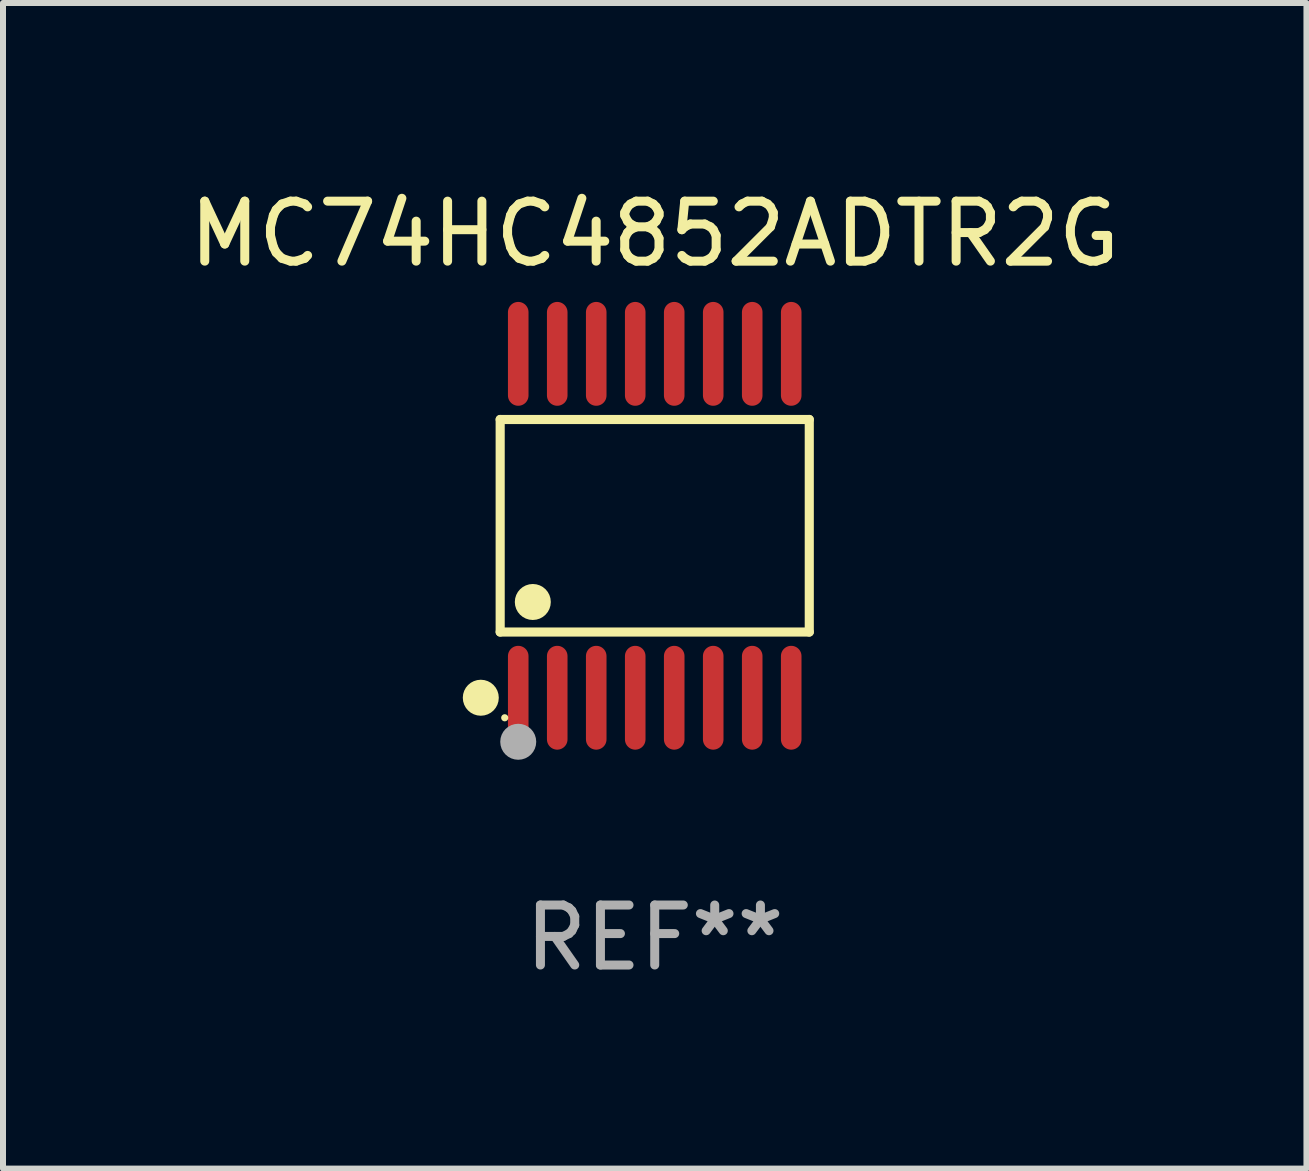
<source format=kicad_pcb>
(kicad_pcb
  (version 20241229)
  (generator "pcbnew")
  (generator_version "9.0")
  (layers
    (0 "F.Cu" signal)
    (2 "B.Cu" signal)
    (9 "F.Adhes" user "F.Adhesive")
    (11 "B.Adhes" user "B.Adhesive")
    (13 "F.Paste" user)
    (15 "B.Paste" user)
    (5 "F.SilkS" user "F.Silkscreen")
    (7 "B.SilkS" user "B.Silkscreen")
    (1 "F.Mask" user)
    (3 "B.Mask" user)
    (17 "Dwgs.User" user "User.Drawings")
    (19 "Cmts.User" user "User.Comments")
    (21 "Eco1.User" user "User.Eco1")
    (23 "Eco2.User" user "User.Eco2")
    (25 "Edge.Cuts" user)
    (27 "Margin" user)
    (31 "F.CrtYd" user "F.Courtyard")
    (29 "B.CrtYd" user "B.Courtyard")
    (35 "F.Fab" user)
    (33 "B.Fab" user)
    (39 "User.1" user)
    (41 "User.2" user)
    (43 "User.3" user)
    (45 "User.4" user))
  (footprint "MC74HC4852ADTR2G"
    (layer "F.Cu")
    (at 7.863 5.714)
    (property "Reference" "MC74HC4852ADTR2G" (at 0 -4.866 0) (layer "F.SilkS") (effects (font (size 1 1) (thickness 0.15))))
    (attr through_hole)
    (fp_line (start -2.576 -1.772) (end 2.576 -1.772) (stroke (width 0.152) (type solid)) (layer "F.SilkS"))
    (fp_line (start -2.576 1.771) (end -2.576 -1.772) (stroke (width 0.152) (type solid)) (layer "F.SilkS"))
    (fp_line (start 2.576 -1.772) (end 2.576 1.771) (stroke (width 0.152) (type solid)) (layer "F.SilkS"))
    (fp_line (start 2.576 1.771) (end -2.576 1.771) (stroke (width 0.152) (type solid)) (layer "F.SilkS"))
    (fp_circle (center -2.899 2.866) (end -2.749 2.866) (stroke (width 0.3) (type solid)) (fill no) (layer "F.SilkS"))
    (fp_circle (center -2.5 3.2) (end -2.47 3.2) (stroke (width 0.06) (type solid)) (fill no) (layer "F.SilkS"))
    (fp_circle (center -2.032 1.27) (end -1.882 1.27) (stroke (width 0.3) (type solid)) (fill no) (layer "F.SilkS"))
    (fp_circle (center -2.275 3.6) (end -2.125 3.6) (stroke (width 0.3) (type solid)) (fill no) (layer "F.Fab"))
    (fp_text user "REF**" (at 0 6.866 0) (layer "F.Fab") (effects (font (size 1 1) (thickness 0.15))))
    (pad "1" smd oval (at -2.275 2.866) (size 0.343 1.731) (layers "F.Cu" "F.Mask" "F.Paste"))
    (pad "2" smd oval (at -1.625 2.866) (size 0.343 1.731) (layers "F.Cu" "F.Mask" "F.Paste"))
    (pad "3" smd oval (at -0.975 2.866) (size 0.343 1.731) (layers "F.Cu" "F.Mask" "F.Paste"))
    (pad "4" smd oval (at -0.325 2.866) (size 0.343 1.731) (layers "F.Cu" "F.Mask" "F.Paste"))
    (pad "5" smd oval (at 0.325 2.866) (size 0.343 1.731) (layers "F.Cu" "F.Mask" "F.Paste"))
    (pad "6" smd oval (at 0.975 2.866) (size 0.343 1.731) (layers "F.Cu" "F.Mask" "F.Paste"))
    (pad "7" smd oval (at 1.625 2.866) (size 0.343 1.731) (layers "F.Cu" "F.Mask" "F.Paste"))
    (pad "8" smd oval (at 2.275 2.866) (size 0.343 1.731) (layers "F.Cu" "F.Mask" "F.Paste"))
    (pad "9" smd oval (at 2.275 -2.866) (size 0.343 1.731) (layers "F.Cu" "F.Mask" "F.Paste"))
    (pad "10" smd oval (at 1.625 -2.866) (size 0.343 1.731) (layers "F.Cu" "F.Mask" "F.Paste"))
    (pad "11" smd oval (at 0.975 -2.866) (size 0.343 1.731) (layers "F.Cu" "F.Mask" "F.Paste"))
    (pad "12" smd oval (at 0.325 -2.866) (size 0.343 1.731) (layers "F.Cu" "F.Mask" "F.Paste"))
    (pad "13" smd oval (at -0.325 -2.866) (size 0.343 1.731) (layers "F.Cu" "F.Mask" "F.Paste"))
    (pad "14" smd oval (at -0.975 -2.866) (size 0.343 1.731) (layers "F.Cu" "F.Mask" "F.Paste"))
    (pad "15" smd oval (at -1.625 -2.866) (size 0.343 1.731) (layers "F.Cu" "F.Mask" "F.Paste"))
    (pad "16" smd oval (at -2.275 -2.866) (size 0.343 1.731) (layers "F.Cu" "F.Mask" "F.Paste")))
  (gr_rect
    (start -3 -3)
    (end 18.726 16.428)
    (stroke (width 0.1) (type default))
    (fill no)
    (layer "Edge.Cuts")))
</source>
